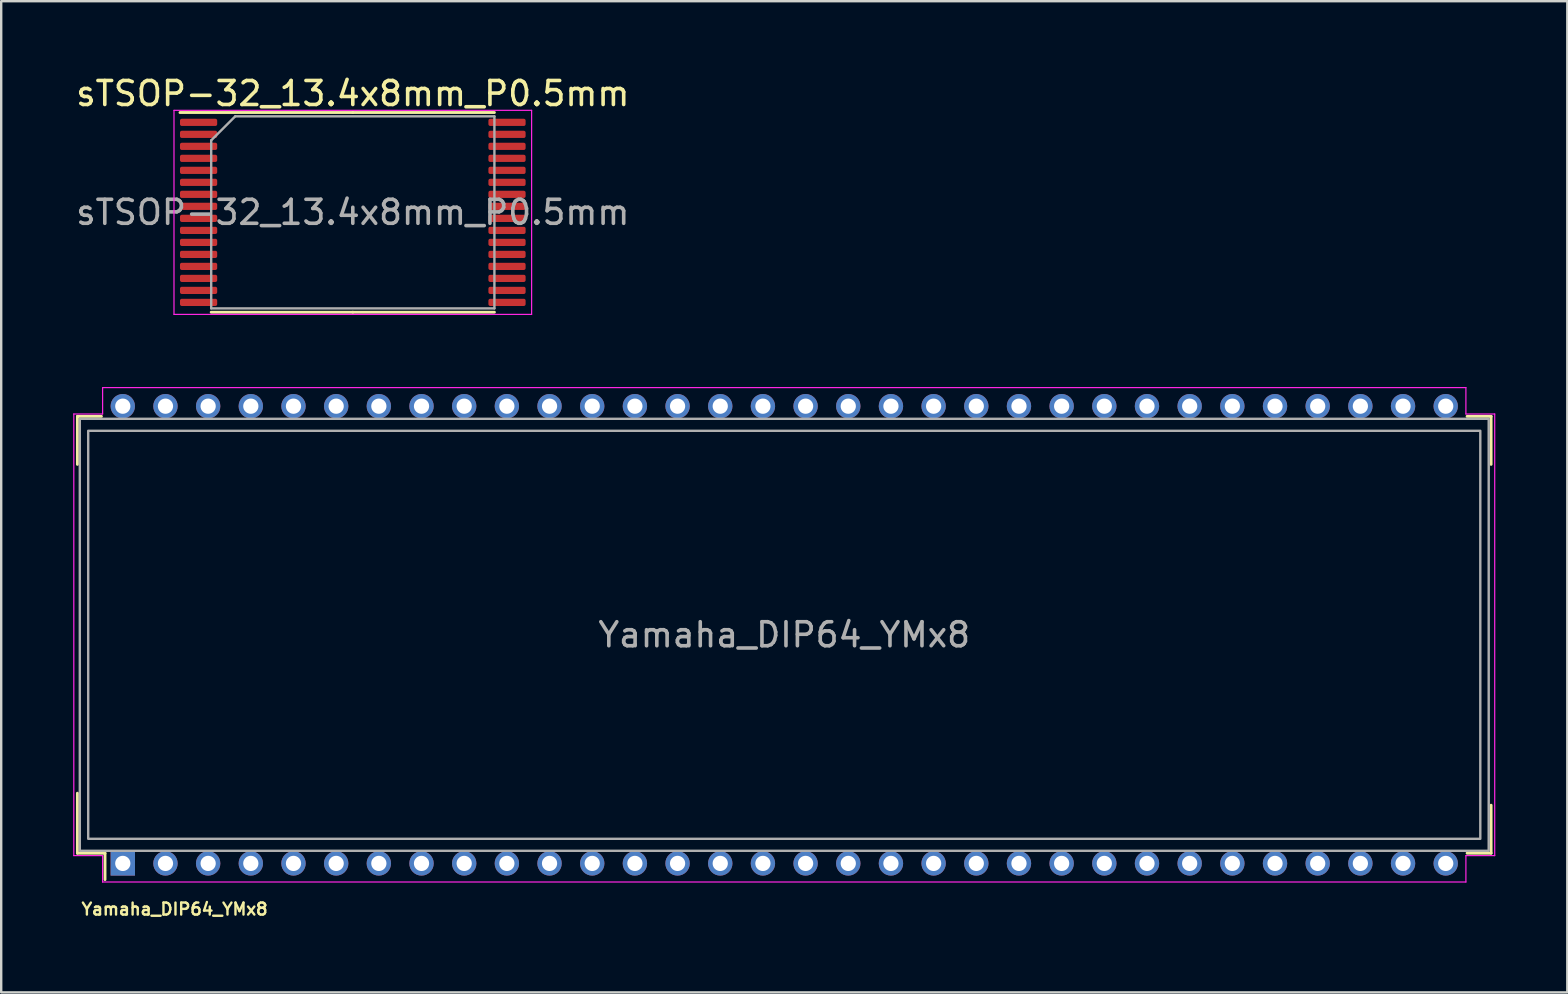
<source format=kicad_pcb>
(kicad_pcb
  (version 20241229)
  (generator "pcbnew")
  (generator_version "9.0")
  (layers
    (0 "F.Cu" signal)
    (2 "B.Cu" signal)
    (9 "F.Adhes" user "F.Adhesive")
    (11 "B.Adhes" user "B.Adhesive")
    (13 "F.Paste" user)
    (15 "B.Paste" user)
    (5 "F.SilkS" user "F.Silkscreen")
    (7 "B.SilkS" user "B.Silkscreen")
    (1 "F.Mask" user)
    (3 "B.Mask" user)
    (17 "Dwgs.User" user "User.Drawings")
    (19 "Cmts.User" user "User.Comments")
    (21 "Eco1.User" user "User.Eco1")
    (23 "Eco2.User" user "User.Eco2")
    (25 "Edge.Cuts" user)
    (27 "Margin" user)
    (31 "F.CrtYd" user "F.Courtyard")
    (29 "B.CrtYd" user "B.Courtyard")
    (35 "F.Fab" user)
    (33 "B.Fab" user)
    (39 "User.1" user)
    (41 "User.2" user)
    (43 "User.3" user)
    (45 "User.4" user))
  (footprint "Yamaha_DIP64_YMx8"
    (layer "F.Cu")
    (at 29.625 23.398)
    (property "Reference" "Yamaha_DIP64_YMx8" (at -25.4 11.43 0) (layer "F.SilkS") (effects (font (size 0.5 0.5) (thickness 0.1))))
    (attr through_hole)
    (fp_line (start -29.45 -7.1) (end -29.45 -9.1) (stroke (width 0.12) (type solid)) (layer "F.SilkS"))
    (fp_line (start -29.45 6.6) (end -29.45 9.1) (stroke (width 0.12) (type solid)) (layer "F.SilkS"))
    (fp_line (start -29.45 9.1) (end -28.3 9.1) (stroke (width 0.12) (type solid)) (layer "F.SilkS"))
    (fp_line (start -28.45 -9.1) (end -29.45 -9.1) (stroke (width 0.12) (type solid)) (layer "F.SilkS"))
    (fp_line (start -28.3 10.2) (end -28.3 9.1) (stroke (width 0.12) (type solid)) (layer "F.SilkS"))
    (fp_line (start 28.45 9.1) (end 29.45 9.1) (stroke (width 0.12) (type solid)) (layer "F.SilkS"))
    (fp_line (start 29.45 -9.1) (end 28.45 -9.1) (stroke (width 0.12) (type solid)) (layer "F.SilkS"))
    (fp_line (start 29.45 -7.1) (end 29.45 -9.1) (stroke (width 0.12) (type solid)) (layer "F.SilkS"))
    (fp_line (start 29.45 7.1) (end 29.45 9.1) (stroke (width 0.12) (type solid)) (layer "F.SilkS"))
    (fp_line (start -29.6 -9.2) (end -29.6 9.2) (stroke (width 0.05) (type solid)) (layer "F.CrtYd"))
    (fp_line (start -29.6 9.2) (end -28.4 9.2) (stroke (width 0.05) (type solid)) (layer "F.CrtYd"))
    (fp_line (start -28.4 -9.2) (end -29.6 -9.2) (stroke (width 0.05) (type solid)) (layer "F.CrtYd"))
    (fp_line (start -28.4 -9.2) (end -28.4 -10.3) (stroke (width 0.05) (type solid)) (layer "F.CrtYd"))
    (fp_line (start -28.4 9.2) (end -28.4 10.3) (stroke (width 0.05) (type solid)) (layer "F.CrtYd"))
    (fp_line (start -28.4 10.3) (end 28.4 10.3) (stroke (width 0.05) (type solid)) (layer "F.CrtYd"))
    (fp_line (start 28.4 -10.3) (end -28.4 -10.3) (stroke (width 0.05) (type solid)) (layer "F.CrtYd"))
    (fp_line (start 28.4 -9.2) (end 28.4 -10.3) (stroke (width 0.05) (type solid)) (layer "F.CrtYd"))
    (fp_line (start 28.4 9.2) (end 28.4 10.3) (stroke (width 0.05) (type solid)) (layer "F.CrtYd"))
    (fp_line (start 28.4 9.2) (end 29.6 9.2) (stroke (width 0.05) (type solid)) (layer "F.CrtYd"))
    (fp_line (start 29.6 -9.2) (end 28.4 -9.2) (stroke (width 0.05) (type solid)) (layer "F.CrtYd"))
    (fp_line (start 29.6 9.2) (end 29.6 -9.2) (stroke (width 0.05) (type solid)) (layer "F.CrtYd"))
    (fp_rect (start -29.35 -9) (end 29.35 9) (stroke (width 0.1) (type default)) (fill no) (layer "F.Fab"))
    (fp_rect (start -29 -8.5) (end 29 8.5) (stroke (width 0.1) (type default)) (fill no) (layer "F.Fab"))
    (fp_text user "${REFERENCE}" (at 0 0 0) (layer "F.Fab") (effects (font (size 1 1) (thickness 0.15))))
    (pad "1" thru_hole rect (at -27.559 9.525) (size 1.016 1.016) (drill 0.635) (layers "*.Cu" "*.Mask"))
    (pad "2" thru_hole circle (at -25.781 9.525) (size 1.016 1.016) (drill 0.635) (layers "*.Cu" "*.Mask"))
    (pad "3" thru_hole circle (at -24.003 9.525) (size 1.016 1.016) (drill 0.635) (layers "*.Cu" "*.Mask"))
    (pad "4" thru_hole circle (at -22.225 9.525) (size 1.016 1.016) (drill 0.635) (layers "*.Cu" "*.Mask"))
    (pad "5" thru_hole circle (at -20.447 9.525) (size 1.016 1.016) (drill 0.635) (layers "*.Cu" "*.Mask"))
    (pad "6" thru_hole circle (at -18.669 9.525) (size 1.016 1.016) (drill 0.635) (layers "*.Cu" "*.Mask"))
    (pad "7" thru_hole circle (at -16.891 9.525) (size 1.016 1.016) (drill 0.635) (layers "*.Cu" "*.Mask"))
    (pad "8" thru_hole circle (at -15.113 9.525) (size 1.016 1.016) (drill 0.635) (layers "*.Cu" "*.Mask"))
    (pad "9" thru_hole circle (at -13.335 9.525) (size 1.016 1.016) (drill 0.635) (layers "*.Cu" "*.Mask"))
    (pad "10" thru_hole circle (at -11.557 9.525) (size 1.016 1.016) (drill 0.635) (layers "*.Cu" "*.Mask"))
    (pad "11" thru_hole circle (at -9.779 9.525) (size 1.016 1.016) (drill 0.635) (layers "*.Cu" "*.Mask"))
    (pad "12" thru_hole circle (at -8.001 9.525) (size 1.016 1.016) (drill 0.635) (layers "*.Cu" "*.Mask"))
    (pad "13" thru_hole circle (at -6.223 9.525) (size 1.016 1.016) (drill 0.635) (layers "*.Cu" "*.Mask"))
    (pad "14" thru_hole circle (at -4.445 9.525) (size 1.016 1.016) (drill 0.635) (layers "*.Cu" "*.Mask"))
    (pad "15" thru_hole circle (at -2.667 9.525) (size 1.016 1.016) (drill 0.635) (layers "*.Cu" "*.Mask"))
    (pad "16" thru_hole circle (at -0.889 9.525) (size 1.016 1.016) (drill 0.635) (layers "*.Cu" "*.Mask"))
    (pad "17" thru_hole circle (at 0.889 9.525) (size 1.016 1.016) (drill 0.635) (layers "*.Cu" "*.Mask"))
    (pad "18" thru_hole circle (at 2.667 9.525) (size 1.016 1.016) (drill 0.635) (layers "*.Cu" "*.Mask"))
    (pad "19" thru_hole circle (at 4.445 9.525) (size 1.016 1.016) (drill 0.635) (layers "*.Cu" "*.Mask"))
    (pad "20" thru_hole circle (at 6.223 9.525) (size 1.016 1.016) (drill 0.635) (layers "*.Cu" "*.Mask"))
    (pad "21" thru_hole circle (at 8.001 9.525) (size 1.016 1.016) (drill 0.635) (layers "*.Cu" "*.Mask"))
    (pad "22" thru_hole circle (at 9.779 9.525) (size 1.016 1.016) (drill 0.635) (layers "*.Cu" "*.Mask"))
    (pad "23" thru_hole circle (at 11.557 9.525) (size 1.016 1.016) (drill 0.635) (layers "*.Cu" "*.Mask"))
    (pad "24" thru_hole circle (at 13.335 9.525) (size 1.016 1.016) (drill 0.635) (layers "*.Cu" "*.Mask"))
    (pad "25" thru_hole circle (at 15.113 9.525) (size 1.016 1.016) (drill 0.635) (layers "*.Cu" "*.Mask"))
    (pad "26" thru_hole circle (at 16.891 9.525) (size 1.016 1.016) (drill 0.635) (layers "*.Cu" "*.Mask"))
    (pad "27" thru_hole circle (at 18.669 9.525) (size 1.016 1.016) (drill 0.635) (layers "*.Cu" "*.Mask"))
    (pad "28" thru_hole circle (at 20.447 9.525) (size 1.016 1.016) (drill 0.635) (layers "*.Cu" "*.Mask"))
    (pad "29" thru_hole circle (at 22.225 9.525) (size 1.016 1.016) (drill 0.635) (layers "*.Cu" "*.Mask"))
    (pad "30" thru_hole circle (at 24.003 9.525) (size 1.016 1.016) (drill 0.635) (layers "*.Cu" "*.Mask"))
    (pad "31" thru_hole circle (at 25.781 9.525) (size 1.016 1.016) (drill 0.635) (layers "*.Cu" "*.Mask"))
    (pad "32" thru_hole circle (at 27.559 9.525) (size 1.016 1.016) (drill 0.635) (layers "*.Cu" "*.Mask"))
    (pad "33" thru_hole circle (at 27.559 -9.525) (size 1.016 1.016) (drill 0.635) (layers "*.Cu" "*.Mask"))
    (pad "34" thru_hole circle (at 25.781 -9.525) (size 1.016 1.016) (drill 0.635) (layers "*.Cu" "*.Mask"))
    (pad "35" thru_hole circle (at 24.003 -9.525) (size 1.016 1.016) (drill 0.635) (layers "*.Cu" "*.Mask"))
    (pad "36" thru_hole circle (at 22.225 -9.525) (size 1.016 1.016) (drill 0.635) (layers "*.Cu" "*.Mask"))
    (pad "37" thru_hole circle (at 20.447 -9.525) (size 1.016 1.016) (drill 0.635) (layers "*.Cu" "*.Mask"))
    (pad "38" thru_hole circle (at 18.669 -9.525) (size 1.016 1.016) (drill 0.635) (layers "*.Cu" "*.Mask"))
    (pad "39" thru_hole circle (at 16.891 -9.525) (size 1.016 1.016) (drill 0.635) (layers "*.Cu" "*.Mask"))
    (pad "40" thru_hole circle (at 15.113 -9.525) (size 1.016 1.016) (drill 0.635) (layers "*.Cu" "*.Mask"))
    (pad "41" thru_hole circle (at 13.335 -9.525) (size 1.016 1.016) (drill 0.635) (layers "*.Cu" "*.Mask"))
    (pad "42" thru_hole circle (at 11.557 -9.525) (size 1.016 1.016) (drill 0.635) (layers "*.Cu" "*.Mask"))
    (pad "43" thru_hole circle (at 9.779 -9.525) (size 1.016 1.016) (drill 0.635) (layers "*.Cu" "*.Mask"))
    (pad "44" thru_hole circle (at 8.001 -9.525) (size 1.016 1.016) (drill 0.635) (layers "*.Cu" "*.Mask"))
    (pad "45" thru_hole circle (at 6.223 -9.525) (size 1.016 1.016) (drill 0.635) (layers "*.Cu" "*.Mask"))
    (pad "46" thru_hole circle (at 4.445 -9.525) (size 1.016 1.016) (drill 0.635) (layers "*.Cu" "*.Mask"))
    (pad "47" thru_hole circle (at 2.667 -9.525) (size 1.016 1.016) (drill 0.635) (layers "*.Cu" "*.Mask"))
    (pad "48" thru_hole circle (at 0.889 -9.525) (size 1.016 1.016) (drill 0.635) (layers "*.Cu" "*.Mask"))
    (pad "49" thru_hole circle (at -0.889 -9.525) (size 1.016 1.016) (drill 0.635) (layers "*.Cu" "*.Mask"))
    (pad "50" thru_hole circle (at -2.667 -9.525) (size 1.016 1.016) (drill 0.635) (layers "*.Cu" "*.Mask"))
    (pad "51" thru_hole circle (at -4.445 -9.525) (size 1.016 1.016) (drill 0.635) (layers "*.Cu" "*.Mask"))
    (pad "52" thru_hole circle (at -6.223 -9.525) (size 1.016 1.016) (drill 0.635) (layers "*.Cu" "*.Mask"))
    (pad "53" thru_hole circle (at -8.001 -9.525) (size 1.016 1.016) (drill 0.635) (layers "*.Cu" "*.Mask"))
    (pad "54" thru_hole circle (at -9.779 -9.525) (size 1.016 1.016) (drill 0.635) (layers "*.Cu" "*.Mask"))
    (pad "55" thru_hole circle (at -11.557 -9.525) (size 1.016 1.016) (drill 0.635) (layers "*.Cu" "*.Mask"))
    (pad "56" thru_hole circle (at -13.335 -9.525) (size 1.016 1.016) (drill 0.635) (layers "*.Cu" "*.Mask"))
    (pad "57" thru_hole circle (at -15.113 -9.525) (size 1.016 1.016) (drill 0.635) (layers "*.Cu" "*.Mask"))
    (pad "58" thru_hole circle (at -16.891 -9.525) (size 1.016 1.016) (drill 0.635) (layers "*.Cu" "*.Mask"))
    (pad "59" thru_hole circle (at -18.669 -9.525) (size 1.016 1.016) (drill 0.635) (layers "*.Cu" "*.Mask"))
    (pad "60" thru_hole circle (at -20.447 -9.525) (size 1.016 1.016) (drill 0.635) (layers "*.Cu" "*.Mask"))
    (pad "61" thru_hole circle (at -22.225 -9.525) (size 1.016 1.016) (drill 0.635) (layers "*.Cu" "*.Mask"))
    (pad "62" thru_hole circle (at -24.003 -9.525) (size 1.016 1.016) (drill 0.635) (layers "*.Cu" "*.Mask"))
    (pad "63" thru_hole circle (at -25.781 -9.525) (size 1.016 1.016) (drill 0.635) (layers "*.Cu" "*.Mask"))
    (pad "64" thru_hole circle (at -27.559 -9.525) (size 1.016 1.016) (drill 0.635) (layers "*.Cu" "*.Mask")))
  (footprint "sTSOP-32_13.4x8mm_P0.5mm"
    (layer "F.Cu")
    (at 11.649 5.798)
    (property "Reference" "sTSOP-32_13.4x8mm_P0.5mm" (at 0 -4.95 0) (layer "F.SilkS") (effects (font (size 1 1) (thickness 0.15))))
    (attr smd)
    (fp_line (start 0 -4.16) (end -7.2 -4.16) (stroke (width 0.12) (type solid)) (layer "F.SilkS"))
    (fp_line (start 0 -4.16) (end 5.9 -4.16) (stroke (width 0.12) (type solid)) (layer "F.SilkS"))
    (fp_line (start 0 4.16) (end -5.9 4.16) (stroke (width 0.12) (type solid)) (layer "F.SilkS"))
    (fp_line (start 0 4.16) (end 5.9 4.16) (stroke (width 0.12) (type solid)) (layer "F.SilkS"))
    (fp_line (start -7.45 -4.25) (end -7.45 4.25) (stroke (width 0.05) (type solid)) (layer "F.CrtYd"))
    (fp_line (start -7.45 4.25) (end 7.45 4.25) (stroke (width 0.05) (type solid)) (layer "F.CrtYd"))
    (fp_line (start 7.45 -4.25) (end -7.45 -4.25) (stroke (width 0.05) (type solid)) (layer "F.CrtYd"))
    (fp_line (start 7.45 4.25) (end 7.45 -4.25) (stroke (width 0.05) (type solid)) (layer "F.CrtYd"))
    (fp_line (start -5.9 -3) (end -4.9 -4) (stroke (width 0.1) (type solid)) (layer "F.Fab"))
    (fp_line (start -5.9 4) (end -5.9 -3) (stroke (width 0.1) (type solid)) (layer "F.Fab"))
    (fp_line (start -4.9 -4) (end 5.9 -4) (stroke (width 0.1) (type solid)) (layer "F.Fab"))
    (fp_line (start 5.9 -4) (end 5.9 4) (stroke (width 0.1) (type solid)) (layer "F.Fab"))
    (fp_line (start 5.9 4) (end -5.9 4) (stroke (width 0.1) (type solid)) (layer "F.Fab"))
    (fp_text user "${REFERENCE}" (at 0 0 0) (layer "F.Fab") (effects (font (size 1 1) (thickness 0.15))))
    (pad "1" smd roundrect (at -6.425 -3.75) (size 1.55 0.3) (layers "F.Cu" "F.Mask" "F.Paste") (roundrect_rratio 0.25))
    (pad "2" smd roundrect (at -6.425 -3.25) (size 1.55 0.3) (layers "F.Cu" "F.Mask" "F.Paste") (roundrect_rratio 0.25))
    (pad "3" smd roundrect (at -6.425 -2.75) (size 1.55 0.3) (layers "F.Cu" "F.Mask" "F.Paste") (roundrect_rratio 0.25))
    (pad "4" smd roundrect (at -6.425 -2.25) (size 1.55 0.3) (layers "F.Cu" "F.Mask" "F.Paste") (roundrect_rratio 0.25))
    (pad "5" smd roundrect (at -6.425 -1.75) (size 1.55 0.3) (layers "F.Cu" "F.Mask" "F.Paste") (roundrect_rratio 0.25))
    (pad "6" smd roundrect (at -6.425 -1.25) (size 1.55 0.3) (layers "F.Cu" "F.Mask" "F.Paste") (roundrect_rratio 0.25))
    (pad "7" smd roundrect (at -6.425 -0.75) (size 1.55 0.3) (layers "F.Cu" "F.Mask" "F.Paste") (roundrect_rratio 0.25))
    (pad "8" smd roundrect (at -6.425 -0.25) (size 1.55 0.3) (layers "F.Cu" "F.Mask" "F.Paste") (roundrect_rratio 0.25))
    (pad "9" smd roundrect (at -6.425 0.25) (size 1.55 0.3) (layers "F.Cu" "F.Mask" "F.Paste") (roundrect_rratio 0.25))
    (pad "10" smd roundrect (at -6.425 0.75) (size 1.55 0.3) (layers "F.Cu" "F.Mask" "F.Paste") (roundrect_rratio 0.25))
    (pad "11" smd roundrect (at -6.425 1.25) (size 1.55 0.3) (layers "F.Cu" "F.Mask" "F.Paste") (roundrect_rratio 0.25))
    (pad "12" smd roundrect (at -6.425 1.75) (size 1.55 0.3) (layers "F.Cu" "F.Mask" "F.Paste") (roundrect_rratio 0.25))
    (pad "13" smd roundrect (at -6.425 2.25) (size 1.55 0.3) (layers "F.Cu" "F.Mask" "F.Paste") (roundrect_rratio 0.25))
    (pad "14" smd roundrect (at -6.425 2.75) (size 1.55 0.3) (layers "F.Cu" "F.Mask" "F.Paste") (roundrect_rratio 0.25))
    (pad "15" smd roundrect (at -6.425 3.25) (size 1.55 0.3) (layers "F.Cu" "F.Mask" "F.Paste") (roundrect_rratio 0.25))
    (pad "16" smd roundrect (at -6.425 3.75) (size 1.55 0.3) (layers "F.Cu" "F.Mask" "F.Paste") (roundrect_rratio 0.25))
    (pad "17" smd roundrect (at 6.425 3.75) (size 1.55 0.3) (layers "F.Cu" "F.Mask" "F.Paste") (roundrect_rratio 0.25))
    (pad "18" smd roundrect (at 6.425 3.25) (size 1.55 0.3) (layers "F.Cu" "F.Mask" "F.Paste") (roundrect_rratio 0.25))
    (pad "19" smd roundrect (at 6.425 2.75) (size 1.55 0.3) (layers "F.Cu" "F.Mask" "F.Paste") (roundrect_rratio 0.25))
    (pad "20" smd roundrect (at 6.425 2.25) (size 1.55 0.3) (layers "F.Cu" "F.Mask" "F.Paste") (roundrect_rratio 0.25))
    (pad "21" smd roundrect (at 6.425 1.75) (size 1.55 0.3) (layers "F.Cu" "F.Mask" "F.Paste") (roundrect_rratio 0.25))
    (pad "22" smd roundrect (at 6.425 1.25) (size 1.55 0.3) (layers "F.Cu" "F.Mask" "F.Paste") (roundrect_rratio 0.25))
    (pad "23" smd roundrect (at 6.425 0.75) (size 1.55 0.3) (layers "F.Cu" "F.Mask" "F.Paste") (roundrect_rratio 0.25))
    (pad "24" smd roundrect (at 6.425 0.25) (size 1.55 0.3) (layers "F.Cu" "F.Mask" "F.Paste") (roundrect_rratio 0.25))
    (pad "25" smd roundrect (at 6.425 -0.25) (size 1.55 0.3) (layers "F.Cu" "F.Mask" "F.Paste") (roundrect_rratio 0.25))
    (pad "26" smd roundrect (at 6.425 -0.75) (size 1.55 0.3) (layers "F.Cu" "F.Mask" "F.Paste") (roundrect_rratio 0.25))
    (pad "27" smd roundrect (at 6.425 -1.25) (size 1.55 0.3) (layers "F.Cu" "F.Mask" "F.Paste") (roundrect_rratio 0.25))
    (pad "28" smd roundrect (at 6.425 -1.75) (size 1.55 0.3) (layers "F.Cu" "F.Mask" "F.Paste") (roundrect_rratio 0.25))
    (pad "29" smd roundrect (at 6.425 -2.25) (size 1.55 0.3) (layers "F.Cu" "F.Mask" "F.Paste") (roundrect_rratio 0.25))
    (pad "30" smd roundrect (at 6.425 -2.75) (size 1.55 0.3) (layers "F.Cu" "F.Mask" "F.Paste") (roundrect_rratio 0.25))
    (pad "31" smd roundrect (at 6.425 -3.25) (size 1.55 0.3) (layers "F.Cu" "F.Mask" "F.Paste") (roundrect_rratio 0.25))
    (pad "32" smd roundrect (at 6.425 -3.75) (size 1.55 0.3) (layers "F.Cu" "F.Mask" "F.Paste") (roundrect_rratio 0.25)))
  (gr_rect
    (start -3 -3)
    (end 62.25 38.296)
    (stroke (width 0.1) (type default))
    (fill no)
    (layer "Edge.Cuts")))
</source>
